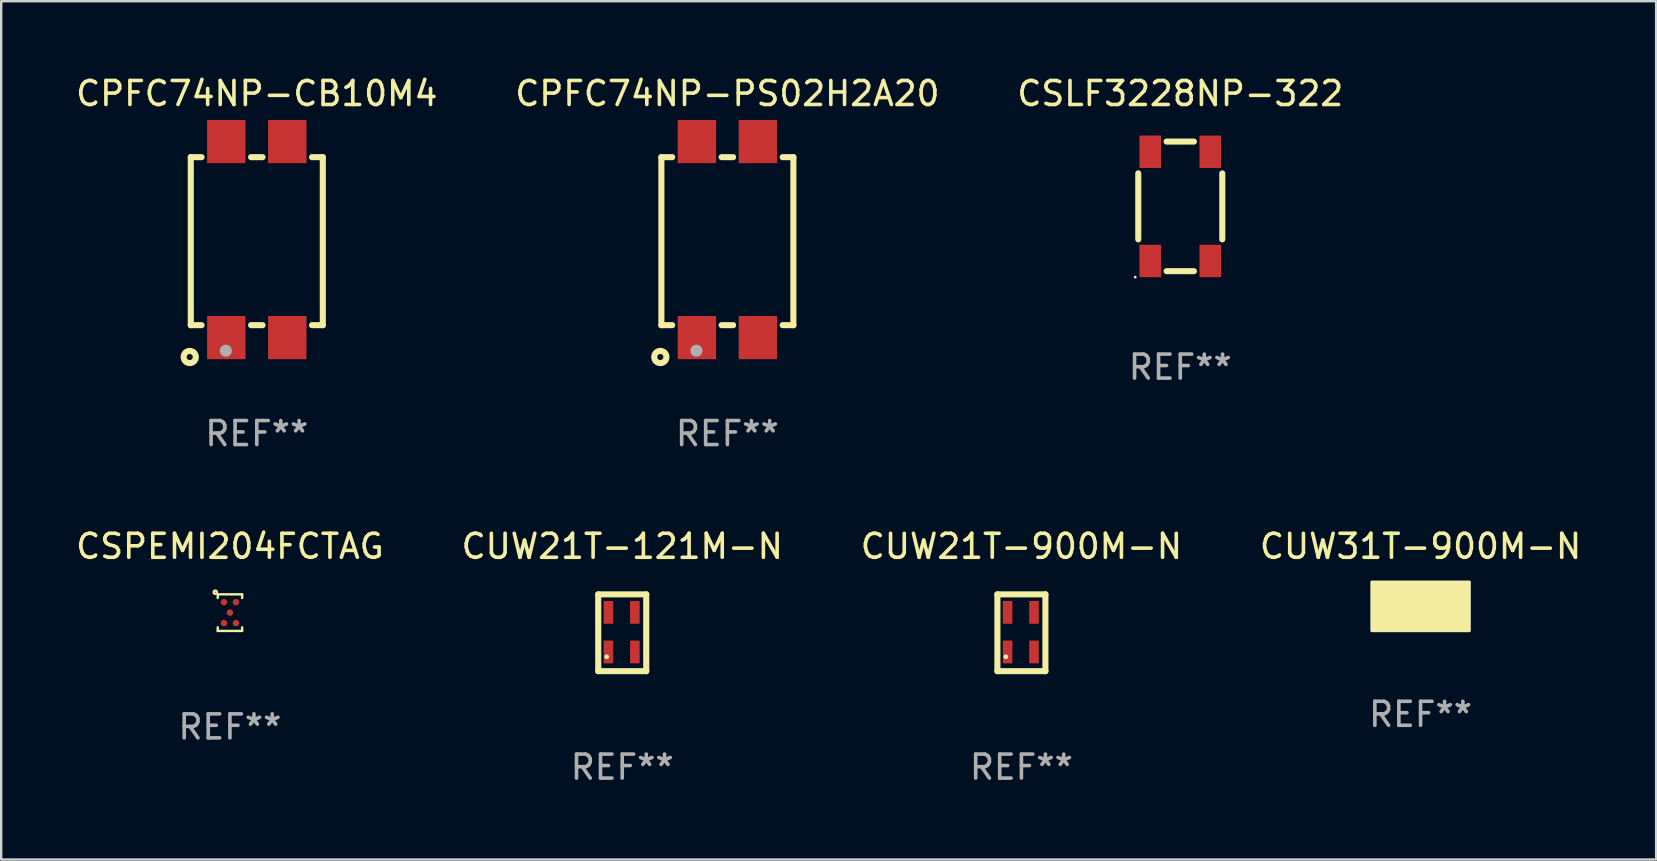
<source format=kicad_pcb>
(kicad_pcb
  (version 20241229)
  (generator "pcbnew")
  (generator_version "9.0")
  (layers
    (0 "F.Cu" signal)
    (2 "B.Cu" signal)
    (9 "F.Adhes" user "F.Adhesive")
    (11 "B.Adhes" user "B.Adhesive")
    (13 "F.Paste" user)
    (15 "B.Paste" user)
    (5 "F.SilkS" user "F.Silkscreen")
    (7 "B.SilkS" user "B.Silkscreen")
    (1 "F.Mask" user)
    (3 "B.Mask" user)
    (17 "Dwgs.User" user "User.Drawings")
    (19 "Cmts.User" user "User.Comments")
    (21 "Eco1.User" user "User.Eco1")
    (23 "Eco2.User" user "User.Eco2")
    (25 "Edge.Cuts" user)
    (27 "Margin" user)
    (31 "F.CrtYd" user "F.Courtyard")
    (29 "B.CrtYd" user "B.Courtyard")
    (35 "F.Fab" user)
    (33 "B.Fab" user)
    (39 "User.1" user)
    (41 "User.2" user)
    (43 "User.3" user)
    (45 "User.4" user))
  (footprint "CSPEMI204FCTAG"
    (layer "F.Cu")
    (at 6.53 22.475)
    (property "Reference" "CSPEMI204FCTAG" (at 0 -2.762 0) (layer "F.SilkS") (effects (font (size 1 1) (thickness 0.15))))
    (attr through_hole)
    (fp_line (start -0.508 -0.762) (end -0.508 -0.612) (stroke (width 0.1) (type solid)) (layer "F.SilkS"))
    (fp_line (start -0.508 0.612) (end -0.508 0.762) (stroke (width 0.1) (type solid)) (layer "F.SilkS"))
    (fp_line (start -0.508 0.762) (end 0.508 0.762) (stroke (width 0.1) (type solid)) (layer "F.SilkS"))
    (fp_line (start 0.508 -0.762) (end -0.508 -0.762) (stroke (width 0.1) (type solid)) (layer "F.SilkS"))
    (fp_line (start 0.508 -0.612) (end 0.508 -0.762) (stroke (width 0.1) (type solid)) (layer "F.SilkS"))
    (fp_line (start 0.508 0.762) (end 0.508 0.612) (stroke (width 0.1) (type solid)) (layer "F.SilkS"))
    (fp_circle (center -0.61 -0.85) (end -0.591 -0.85) (stroke (width 0.1) (type solid)) (fill no) (layer "F.SilkS"))
    (fp_text user "REF**" (at 0 4.762 0) (layer "F.Fab") (effects (font (size 1 1) (thickness 0.15))))
    (pad "A1" smd circle (at -0.25 -0.435) (size 0.27 0.27) (layers "F.Cu" "F.Mask" "F.Paste"))
    (pad "A3" smd circle (at 0.25 -0.435) (size 0.27 0.27) (layers "F.Cu" "F.Mask" "F.Paste"))
    (pad "B2" smd circle (at -0.000076 0.000102) (size 0.27 0.27) (layers "F.Cu" "F.Mask" "F.Paste"))
    (pad "C1" smd circle (at -0.25 0.435) (size 0.27 0.27) (layers "F.Cu" "F.Mask" "F.Paste"))
    (pad "C3" smd circle (at 0.25 0.435) (size 0.27 0.27) (layers "F.Cu" "F.Mask" "F.Paste")))
  (footprint "CUW31T-900M-N"
    (layer "F.Cu")
    (at 56.137 22.213)
    (property "Reference" "CUW31T-900M-N" (at 0 -2.5 0) (layer "F.SilkS") (effects (font (size 1 1) (thickness 0.15))))
    (attr through_hole)
    (fp_circle (center -1.6 0.8) (end -1.57 0.8) (stroke (width 0.06) (type solid)) (fill no) (layer "F.SilkS"))
    (fp_poly (pts (xy -2.032 -1.016) (xy 2.032 -1.016) (xy 2.032 1.016) (xy -2.032 1.016)) (stroke (width 0.12) (type solid)) (fill yes) (layer "F.SilkS"))
    (fp_text user "REF**" (at 0 4.5 0) (layer "F.Fab") (effects (font (size 1 1) (thickness 0.15))))
    (pad "1" smd rect (at -1.4 0.5) (size 1 0.7) (layers "F.Cu" "F.Mask" "F.Paste"))
    (pad "2" smd rect (at 1.4 0.5) (size 1 0.7) (layers "F.Cu" "F.Mask" "F.Paste"))
    (pad "3" smd rect (at 1.4 -0.5) (size 1 0.7) (layers "F.Cu" "F.Mask" "F.Paste"))
    (pad "4" smd rect (at -1.4 -0.5) (size 1 0.7) (layers "F.Cu" "F.Mask" "F.Paste")))
  (footprint "CPFC74NP-PS02H2A20"
    (layer "F.Cu")
    (at 27.256 6.932)
    (property "Reference" "CPFC74NP-PS02H2A20" (at 0 -6.084 0) (layer "F.SilkS") (effects (font (size 1 1) (thickness 0.15))))
    (attr through_hole)
    (fp_line (start -2.75 3.566) (end -2.75 -3.434) (stroke (width 0.254) (type solid)) (layer "F.SilkS"))
    (fp_line (start -2.75 3.566) (end -2.301 3.566) (stroke (width 0.254) (type solid)) (layer "F.SilkS"))
    (fp_line (start -2.301 -3.434) (end -2.75 -3.434) (stroke (width 0.254) (type solid)) (layer "F.SilkS"))
    (fp_line (start -0.239 3.566) (end 0.239 3.566) (stroke (width 0.254) (type solid)) (layer "F.SilkS"))
    (fp_line (start 0.239 -3.434) (end -0.239 -3.434) (stroke (width 0.254) (type solid)) (layer "F.SilkS"))
    (fp_line (start 2.301 3.566) (end 2.75 3.566) (stroke (width 0.254) (type solid)) (layer "F.SilkS"))
    (fp_line (start 2.75 -3.434) (end 2.301 -3.434) (stroke (width 0.254) (type solid)) (layer "F.SilkS"))
    (fp_line (start 2.75 -3.434) (end 2.75 3.566) (stroke (width 0.254) (type solid)) (layer "F.SilkS"))
    (fp_circle (center -2.794 4.892) (end -2.54 4.892) (stroke (width 0.254) (type solid)) (fill no) (layer "F.SilkS"))
    (fp_circle (center -2.639 4.684) (end -2.589 4.684) (stroke (width 0.1) (type solid)) (fill no) (layer "F.SilkS"))
    (fp_circle (center -1.289 4.63) (end -1.162 4.63) (stroke (width 0.254) (type solid)) (fill no) (layer "F.Fab"))
    (fp_text user "REF**" (at 0 8.084 0) (layer "F.Fab") (effects (font (size 1 1) (thickness 0.15))))
    (pad "1" smd rect (at -1.27 4.084 90) (size 1.8 1.6) (layers "F.Cu" "F.Mask" "F.Paste"))
    (pad "2" smd rect (at 1.27 4.084 270) (size 1.8 1.6) (layers "F.Cu" "F.Mask" "F.Paste"))
    (pad "3" smd rect (at 1.27 -4.084 90) (size 1.8 1.6) (layers "F.Cu" "F.Mask" "F.Paste"))
    (pad "4" smd rect (at -1.27 -4.084 90) (size 1.8 1.6) (layers "F.Cu" "F.Mask" "F.Paste")))
  (footprint "CPFC74NP-CB10M4"
    (layer "F.Cu")
    (at 7.649 6.932)
    (property "Reference" "CPFC74NP-CB10M4" (at 0 -6.084 0) (layer "F.SilkS") (effects (font (size 1 1) (thickness 0.15))))
    (attr through_hole)
    (fp_line (start -2.75 3.566) (end -2.75 -3.434) (stroke (width 0.254) (type solid)) (layer "F.SilkS"))
    (fp_line (start -2.75 3.566) (end -2.301 3.566) (stroke (width 0.254) (type solid)) (layer "F.SilkS"))
    (fp_line (start -2.301 -3.434) (end -2.75 -3.434) (stroke (width 0.254) (type solid)) (layer "F.SilkS"))
    (fp_line (start -0.239 3.566) (end 0.239 3.566) (stroke (width 0.254) (type solid)) (layer "F.SilkS"))
    (fp_line (start 0.239 -3.434) (end -0.239 -3.434) (stroke (width 0.254) (type solid)) (layer "F.SilkS"))
    (fp_line (start 2.301 3.566) (end 2.75 3.566) (stroke (width 0.254) (type solid)) (layer "F.SilkS"))
    (fp_line (start 2.75 -3.434) (end 2.301 -3.434) (stroke (width 0.254) (type solid)) (layer "F.SilkS"))
    (fp_line (start 2.75 -3.434) (end 2.75 3.566) (stroke (width 0.254) (type solid)) (layer "F.SilkS"))
    (fp_circle (center -2.794 4.892) (end -2.54 4.892) (stroke (width 0.254) (type solid)) (fill no) (layer "F.SilkS"))
    (fp_circle (center -2.639 4.684) (end -2.589 4.684) (stroke (width 0.1) (type solid)) (fill no) (layer "F.SilkS"))
    (fp_circle (center -1.289 4.63) (end -1.162 4.63) (stroke (width 0.254) (type solid)) (fill no) (layer "F.Fab"))
    (fp_text user "REF**" (at 0 8.084 0) (layer "F.Fab") (effects (font (size 1 1) (thickness 0.15))))
    (pad "1" smd rect (at -1.27 4.084 90) (size 1.8 1.6) (layers "F.Cu" "F.Mask" "F.Paste"))
    (pad "2" smd rect (at 1.27 4.084 270) (size 1.8 1.6) (layers "F.Cu" "F.Mask" "F.Paste"))
    (pad "3" smd rect (at 1.27 -4.084 90) (size 1.8 1.6) (layers "F.Cu" "F.Mask" "F.Paste"))
    (pad "4" smd rect (at -1.27 -4.084 90) (size 1.8 1.6) (layers "F.Cu" "F.Mask" "F.Paste")))
  (footprint "CUW21T-121M-N"
    (layer "F.Cu")
    (at 22.875 23.313)
    (property "Reference" "CUW21T-121M-N" (at 0 -3.6 0) (layer "F.SilkS") (effects (font (size 1 1) (thickness 0.15))))
    (attr through_hole)
    (fp_line (start -1 -1.6) (end 1 -1.6) (stroke (width 0.254) (type solid)) (layer "F.SilkS"))
    (fp_line (start -1 1.6) (end -1 -1.6) (stroke (width 0.254) (type solid)) (layer "F.SilkS"))
    (fp_line (start -1 1.6) (end 1 1.6) (stroke (width 0.254) (type solid)) (layer "F.SilkS"))
    (fp_line (start 1 -1.6) (end 1 1.6) (stroke (width 0.254) (type solid)) (layer "F.SilkS"))
    (fp_circle (center -0.65 1) (end -0.6 1) (stroke (width 0.1) (type solid)) (fill no) (layer "F.SilkS"))
    (fp_text user "REF**" (at 0 5.6 0) (layer "F.Fab") (effects (font (size 1 1) (thickness 0.15))))
    (pad "1" smd rect (at -0.575 0.8 90) (size 0.95 0.4) (layers "F.Cu" "F.Mask" "F.Paste"))
    (pad "2" smd rect (at -0.575 -0.85 90) (size 0.95 0.4) (layers "F.Cu" "F.Mask" "F.Paste"))
    (pad "3" smd rect (at 0.525 0.8 90) (size 0.95 0.4) (layers "F.Cu" "F.Mask" "F.Paste"))
    (pad "4" smd rect (at 0.525 -0.85 90) (size 0.95 0.4) (layers "F.Cu" "F.Mask" "F.Paste")))
  (footprint "CSLF3228NP-322"
    (layer "F.Cu")
    (at 46.125 5.548)
    (property "Reference" "CSLF3228NP-322" (at 0 -4.7 0) (layer "F.SilkS") (effects (font (size 1 1) (thickness 0.15))))
    (attr through_hole)
    (fp_line (start -1.75 1.374) (end -1.75 -1.374) (stroke (width 0.254) (type solid)) (layer "F.SilkS"))
    (fp_line (start -0.569 -2.7) (end 0.569 -2.7) (stroke (width 0.254) (type solid)) (layer "F.SilkS"))
    (fp_line (start -0.569 2.7) (end 0.569 2.7) (stroke (width 0.254) (type solid)) (layer "F.SilkS"))
    (fp_line (start 1.75 1.374) (end 1.75 -1.374) (stroke (width 0.254) (type solid)) (layer "F.SilkS"))
    (fp_circle (center -1.877 2.95) (end -1.847 2.95) (stroke (width 0.06) (type solid)) (fill no) (layer "F.SilkS"))
    (fp_text user "REF**" (at 0 6.7 0) (layer "F.Fab") (effects (font (size 1 1) (thickness 0.15))))
    (pad "1" smd rect (at -1.25 2.275 180) (size 0.9 1.35) (layers "F.Cu" "F.Mask" "F.Paste"))
    (pad "2" smd rect (at -1.25 -2.275 180) (size 0.9 1.35) (layers "F.Cu" "F.Mask" "F.Paste"))
    (pad "3" smd rect (at 1.25 -2.275 180) (size 0.9 1.35) (layers "F.Cu" "F.Mask" "F.Paste"))
    (pad "4" smd rect (at 1.25 2.275 180) (size 0.9 1.35) (layers "F.Cu" "F.Mask" "F.Paste")))
  (footprint "CUW21T-900M-N"
    (layer "F.Cu")
    (at 39.506 23.313)
    (property "Reference" "CUW21T-900M-N" (at 0 -3.6 0) (layer "F.SilkS") (effects (font (size 1 1) (thickness 0.15))))
    (attr through_hole)
    (fp_line (start -1 -1.6) (end 1 -1.6) (stroke (width 0.254) (type solid)) (layer "F.SilkS"))
    (fp_line (start -1 1.6) (end -1 -1.6) (stroke (width 0.254) (type solid)) (layer "F.SilkS"))
    (fp_line (start -1 1.6) (end 1 1.6) (stroke (width 0.254) (type solid)) (layer "F.SilkS"))
    (fp_line (start 1 -1.6) (end 1 1.6) (stroke (width 0.254) (type solid)) (layer "F.SilkS"))
    (fp_circle (center -0.65 1) (end -0.6 1) (stroke (width 0.1) (type solid)) (fill no) (layer "F.SilkS"))
    (fp_text user "REF**" (at 0 5.6 0) (layer "F.Fab") (effects (font (size 1 1) (thickness 0.15))))
    (pad "1" smd rect (at -0.575 0.8 90) (size 0.95 0.4) (layers "F.Cu" "F.Mask" "F.Paste"))
    (pad "2" smd rect (at -0.575 -0.85 90) (size 0.95 0.4) (layers "F.Cu" "F.Mask" "F.Paste"))
    (pad "3" smd rect (at 0.525 0.8 90) (size 0.95 0.4) (layers "F.Cu" "F.Mask" "F.Paste"))
    (pad "4" smd rect (at 0.525 -0.85 90) (size 0.95 0.4) (layers "F.Cu" "F.Mask" "F.Paste")))
  (gr_rect
    (start -3 -3)
    (end 65.952 32.761)
    (stroke (width 0.1) (type default))
    (fill no)
    (layer "Edge.Cuts")))
</source>
